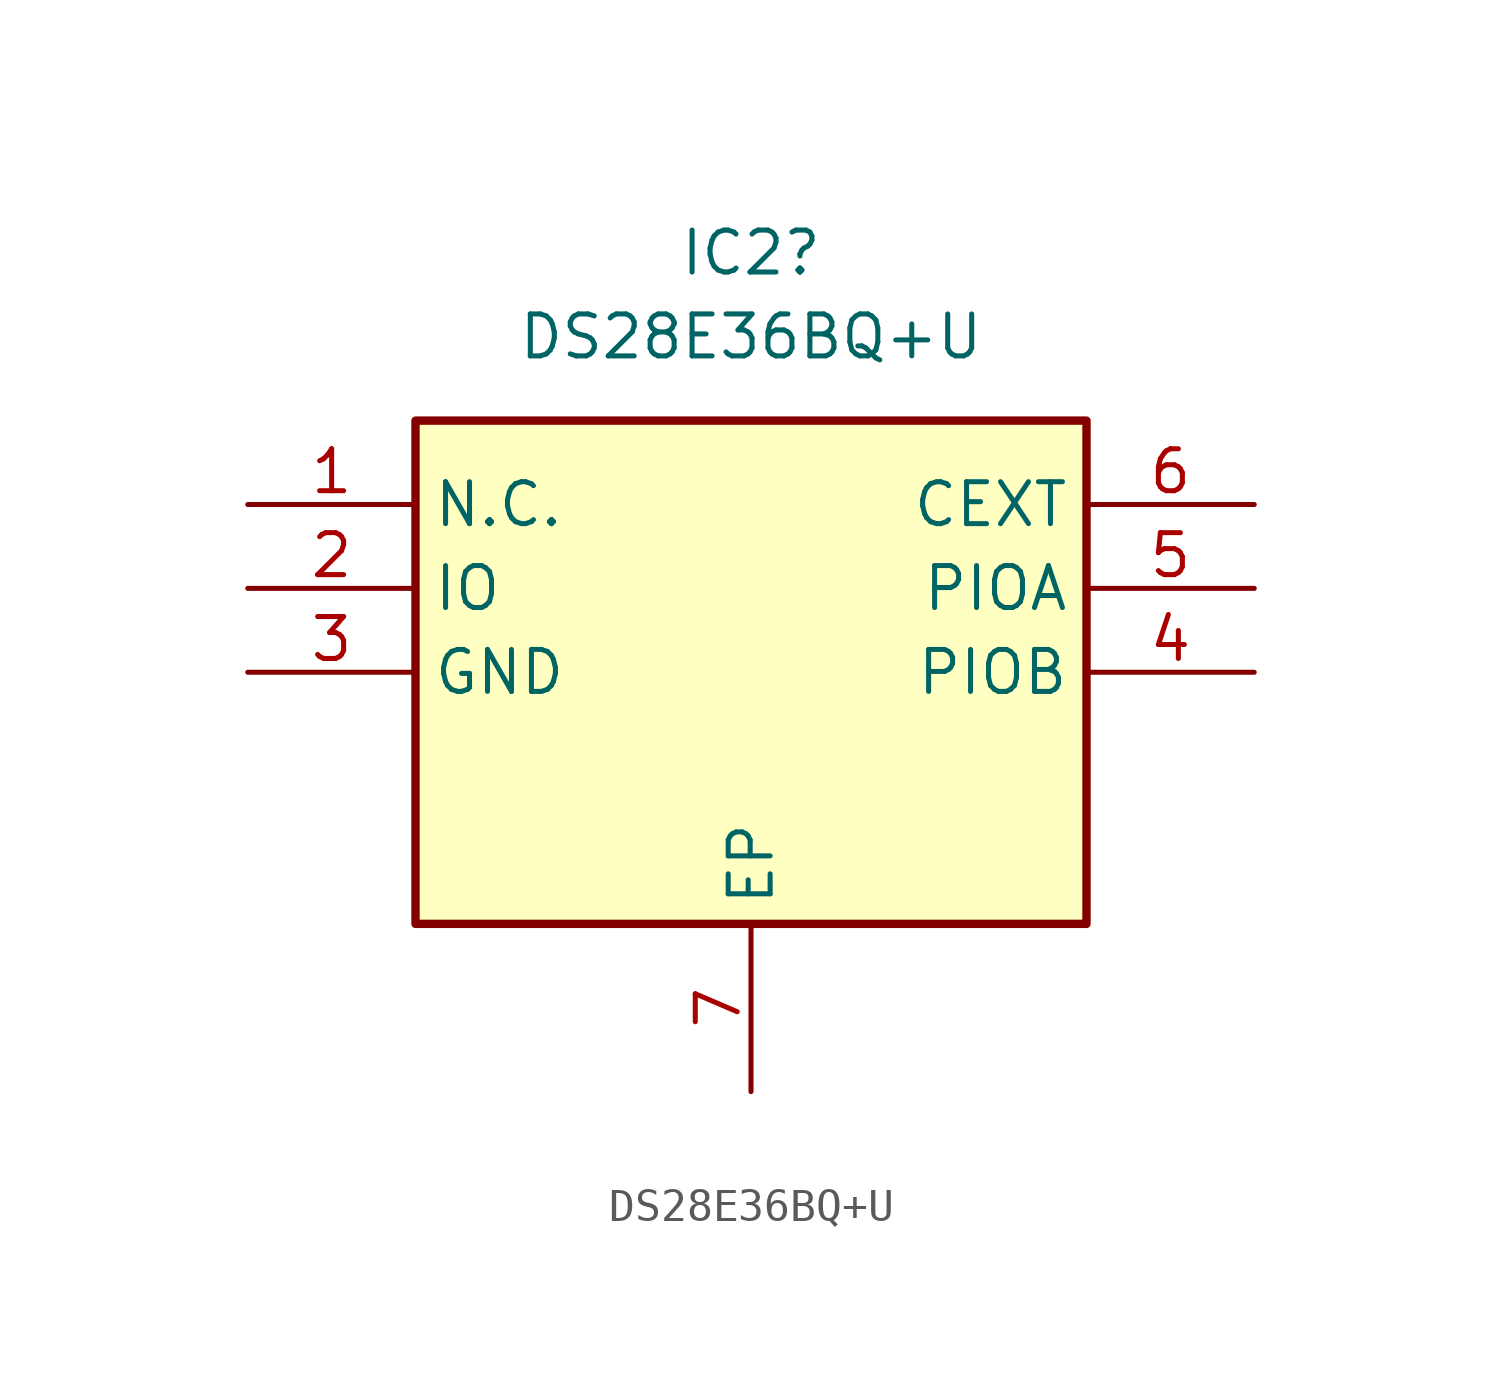
<source format=kicad_sym>
(kicad_symbol_lib
  (version 20231120)
  (generator "kicad_symbol_editor")
  (generator_version "8.0")
  (symbol "DS28E36BQ+U"
    (property "Reference" "IC2"
      (at 15.24 7.62 0)
      (effects (font (size 1.27 1.27))))
    (property "Value" "DS28E36BQ+U"
      (at 15.24 5.08 0)
      (effects (font (size 1.27 1.27))))
    (symbol "DS28E36BQ+U_1_1"
      (rectangle (start 5.08 2.54) (end 25.4 -12.7) (stroke (width 0.254) (type default)) (fill (type background)))
      (pin passive line (at 0 0 0) (length 5.08) (name "N.C." (effects (font (size 1.27 1.27)))) (number "1" (effects (font (size 1.27 1.27)))))
      (pin bidirectional line (at 0 -2.54 0) (length 5.08) (name "IO" (effects (font (size 1.27 1.27)))) (number "2" (effects (font (size 1.27 1.27)))))
      (pin power_in line (at 0 -5.08 0) (length 5.08) (name "GND" (effects (font (size 1.27 1.27)))) (number "3" (effects (font (size 1.27 1.27)))))
      (pin bidirectional line (at 30.48 -5.08 180) (length 5.08) (name "PIOB" (effects (font (size 1.27 1.27)))) (number "4" (effects (font (size 1.27 1.27)))))
      (pin bidirectional line (at 30.48 -2.54 180) (length 5.08) (name "PIOA" (effects (font (size 1.27 1.27)))) (number "5" (effects (font (size 1.27 1.27)))))
      (pin input line (at 30.48 0 180) (length 5.08) (name "CEXT" (effects (font (size 1.27 1.27)))) (number "6" (effects (font (size 1.27 1.27)))))
      (pin free line (at 15.24 -17.78 90) (length 5.08) (name "EP" (effects (font (size 1.27 1.27)))) (number "7" (effects (font (size 1.27 1.27))))))))
</source>
